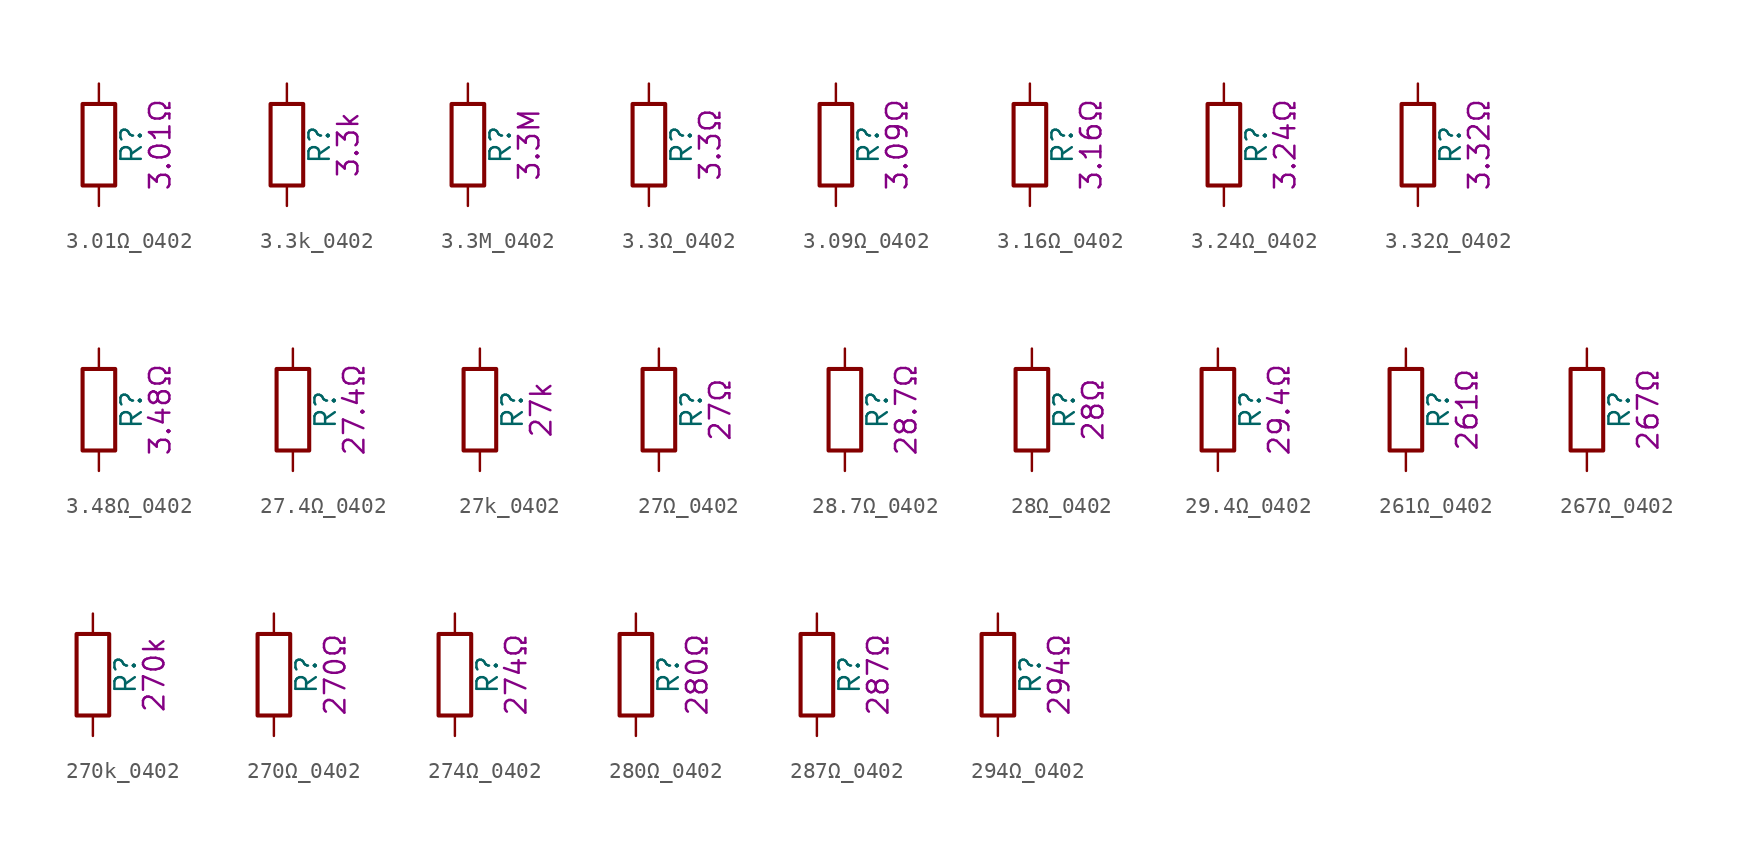
<source format=kicad_sym>
(kicad_symbol_lib
  (version 20211014)
  (generator kicad_symbol_editor)
  (symbol "3.01Ω_0402"
    (pin_numbers hide)
    (pin_names
      (offset 0))
    (property "Reference" "R"
      (at 2.032 0 90)
      (effects (font (size 1.27 1.27))))
    (property "Display" "3.01Ω"
      (at 3.81 0 90)
      (effects (font (size 1.27 1.27))))
    (symbol "3.01Ω_0402_0_1"
      (rectangle (start -1.016 -2.54) (end 1.016 2.54) (stroke (width 0.254) (type default) (color 0 0 0 0)) (fill (type none))))
    (symbol "3.01Ω_0402_1_1"
      (pin passive line (at 0 3.81 270) (length 1.27) (name "~" (effects (font (size 1.27 1.27)))) (number "1" (effects (font (size 1.27 1.27)))))
      (pin passive line (at 0 -3.81 90) (length 1.27) (name "~" (effects (font (size 1.27 1.27)))) (number "2" (effects (font (size 1.27 1.27)))))))
  (symbol "3.3k_0402"
    (pin_numbers hide)
    (pin_names
      (offset 0))
    (property "Reference" "R"
      (at 2.032 0 90)
      (effects (font (size 1.27 1.27))))
    (property "Display" "3.3k"
      (at 3.81 0 90)
      (effects (font (size 1.27 1.27))))
    (symbol "3.3k_0402_0_1"
      (rectangle (start -1.016 -2.54) (end 1.016 2.54) (stroke (width 0.254) (type default) (color 0 0 0 0)) (fill (type none))))
    (symbol "3.3k_0402_1_1"
      (pin passive line (at 0 3.81 270) (length 1.27) (name "~" (effects (font (size 1.27 1.27)))) (number "1" (effects (font (size 1.27 1.27)))))
      (pin passive line (at 0 -3.81 90) (length 1.27) (name "~" (effects (font (size 1.27 1.27)))) (number "2" (effects (font (size 1.27 1.27)))))))
  (symbol "3.3M_0402"
    (pin_numbers hide)
    (pin_names
      (offset 0))
    (property "Reference" "R"
      (at 2.032 0 90)
      (effects (font (size 1.27 1.27))))
    (property "Display" "3.3M"
      (at 3.81 0 90)
      (effects (font (size 1.27 1.27))))
    (symbol "3.3M_0402_0_1"
      (rectangle (start -1.016 -2.54) (end 1.016 2.54) (stroke (width 0.254) (type default) (color 0 0 0 0)) (fill (type none))))
    (symbol "3.3M_0402_1_1"
      (pin passive line (at 0 3.81 270) (length 1.27) (name "~" (effects (font (size 1.27 1.27)))) (number "1" (effects (font (size 1.27 1.27)))))
      (pin passive line (at 0 -3.81 90) (length 1.27) (name "~" (effects (font (size 1.27 1.27)))) (number "2" (effects (font (size 1.27 1.27)))))))
  (symbol "3.3Ω_0402"
    (pin_numbers hide)
    (pin_names
      (offset 0))
    (property "Reference" "R"
      (at 2.032 0 90)
      (effects (font (size 1.27 1.27))))
    (property "Display" "3.3Ω"
      (at 3.81 0 90)
      (effects (font (size 1.27 1.27))))
    (symbol "3.3Ω_0402_0_1"
      (rectangle (start -1.016 -2.54) (end 1.016 2.54) (stroke (width 0.254) (type default) (color 0 0 0 0)) (fill (type none))))
    (symbol "3.3Ω_0402_1_1"
      (pin passive line (at 0 3.81 270) (length 1.27) (name "~" (effects (font (size 1.27 1.27)))) (number "1" (effects (font (size 1.27 1.27)))))
      (pin passive line (at 0 -3.81 90) (length 1.27) (name "~" (effects (font (size 1.27 1.27)))) (number "2" (effects (font (size 1.27 1.27)))))))
  (symbol "3.09Ω_0402"
    (pin_numbers hide)
    (pin_names
      (offset 0))
    (property "Reference" "R"
      (at 2.032 0 90)
      (effects (font (size 1.27 1.27))))
    (property "Display" "3.09Ω"
      (at 3.81 0 90)
      (effects (font (size 1.27 1.27))))
    (symbol "3.09Ω_0402_0_1"
      (rectangle (start -1.016 -2.54) (end 1.016 2.54) (stroke (width 0.254) (type default) (color 0 0 0 0)) (fill (type none))))
    (symbol "3.09Ω_0402_1_1"
      (pin passive line (at 0 3.81 270) (length 1.27) (name "~" (effects (font (size 1.27 1.27)))) (number "1" (effects (font (size 1.27 1.27)))))
      (pin passive line (at 0 -3.81 90) (length 1.27) (name "~" (effects (font (size 1.27 1.27)))) (number "2" (effects (font (size 1.27 1.27)))))))
  (symbol "3.16Ω_0402"
    (pin_numbers hide)
    (pin_names
      (offset 0))
    (property "Reference" "R"
      (at 2.032 0 90)
      (effects (font (size 1.27 1.27))))
    (property "Display" "3.16Ω"
      (at 3.81 0 90)
      (effects (font (size 1.27 1.27))))
    (symbol "3.16Ω_0402_0_1"
      (rectangle (start -1.016 -2.54) (end 1.016 2.54) (stroke (width 0.254) (type default) (color 0 0 0 0)) (fill (type none))))
    (symbol "3.16Ω_0402_1_1"
      (pin passive line (at 0 3.81 270) (length 1.27) (name "~" (effects (font (size 1.27 1.27)))) (number "1" (effects (font (size 1.27 1.27)))))
      (pin passive line (at 0 -3.81 90) (length 1.27) (name "~" (effects (font (size 1.27 1.27)))) (number "2" (effects (font (size 1.27 1.27)))))))
  (symbol "3.24Ω_0402"
    (pin_numbers hide)
    (pin_names
      (offset 0))
    (property "Reference" "R"
      (at 2.032 0 90)
      (effects (font (size 1.27 1.27))))
    (property "Display" "3.24Ω"
      (at 3.81 0 90)
      (effects (font (size 1.27 1.27))))
    (symbol "3.24Ω_0402_0_1"
      (rectangle (start -1.016 -2.54) (end 1.016 2.54) (stroke (width 0.254) (type default) (color 0 0 0 0)) (fill (type none))))
    (symbol "3.24Ω_0402_1_1"
      (pin passive line (at 0 3.81 270) (length 1.27) (name "~" (effects (font (size 1.27 1.27)))) (number "1" (effects (font (size 1.27 1.27)))))
      (pin passive line (at 0 -3.81 90) (length 1.27) (name "~" (effects (font (size 1.27 1.27)))) (number "2" (effects (font (size 1.27 1.27)))))))
  (symbol "3.32Ω_0402"
    (pin_numbers hide)
    (pin_names
      (offset 0))
    (property "Reference" "R"
      (at 2.032 0 90)
      (effects (font (size 1.27 1.27))))
    (property "Display" "3.32Ω"
      (at 3.81 0 90)
      (effects (font (size 1.27 1.27))))
    (symbol "3.32Ω_0402_0_1"
      (rectangle (start -1.016 -2.54) (end 1.016 2.54) (stroke (width 0.254) (type default) (color 0 0 0 0)) (fill (type none))))
    (symbol "3.32Ω_0402_1_1"
      (pin passive line (at 0 3.81 270) (length 1.27) (name "~" (effects (font (size 1.27 1.27)))) (number "1" (effects (font (size 1.27 1.27)))))
      (pin passive line (at 0 -3.81 90) (length 1.27) (name "~" (effects (font (size 1.27 1.27)))) (number "2" (effects (font (size 1.27 1.27)))))))
  (symbol "3.48Ω_0402"
    (pin_numbers hide)
    (pin_names
      (offset 0))
    (property "Reference" "R"
      (at 2.032 0 90)
      (effects (font (size 1.27 1.27))))
    (property "Display" "3.48Ω"
      (at 3.81 0 90)
      (effects (font (size 1.27 1.27))))
    (symbol "3.48Ω_0402_0_1"
      (rectangle (start -1.016 -2.54) (end 1.016 2.54) (stroke (width 0.254) (type default) (color 0 0 0 0)) (fill (type none))))
    (symbol "3.48Ω_0402_1_1"
      (pin passive line (at 0 3.81 270) (length 1.27) (name "~" (effects (font (size 1.27 1.27)))) (number "1" (effects (font (size 1.27 1.27)))))
      (pin passive line (at 0 -3.81 90) (length 1.27) (name "~" (effects (font (size 1.27 1.27)))) (number "2" (effects (font (size 1.27 1.27)))))))
  (symbol "27.4Ω_0402"
    (pin_numbers hide)
    (pin_names
      (offset 0))
    (property "Reference" "R"
      (at 2.032 0 90)
      (effects (font (size 1.27 1.27))))
    (property "Display" "27.4Ω"
      (at 3.81 0 90)
      (effects (font (size 1.27 1.27))))
    (symbol "27.4Ω_0402_0_1"
      (rectangle (start -1.016 -2.54) (end 1.016 2.54) (stroke (width 0.254) (type default) (color 0 0 0 0)) (fill (type none))))
    (symbol "27.4Ω_0402_1_1"
      (pin passive line (at 0 3.81 270) (length 1.27) (name "~" (effects (font (size 1.27 1.27)))) (number "1" (effects (font (size 1.27 1.27)))))
      (pin passive line (at 0 -3.81 90) (length 1.27) (name "~" (effects (font (size 1.27 1.27)))) (number "2" (effects (font (size 1.27 1.27)))))))
  (symbol "27k_0402"
    (pin_numbers hide)
    (pin_names
      (offset 0))
    (property "Reference" "R"
      (at 2.032 0 90)
      (effects (font (size 1.27 1.27))))
    (property "Display" "27k"
      (at 3.81 0 90)
      (effects (font (size 1.27 1.27))))
    (symbol "27k_0402_0_1"
      (rectangle (start -1.016 -2.54) (end 1.016 2.54) (stroke (width 0.254) (type default) (color 0 0 0 0)) (fill (type none))))
    (symbol "27k_0402_1_1"
      (pin passive line (at 0 3.81 270) (length 1.27) (name "~" (effects (font (size 1.27 1.27)))) (number "1" (effects (font (size 1.27 1.27)))))
      (pin passive line (at 0 -3.81 90) (length 1.27) (name "~" (effects (font (size 1.27 1.27)))) (number "2" (effects (font (size 1.27 1.27)))))))
  (symbol "27Ω_0402"
    (pin_numbers hide)
    (pin_names
      (offset 0))
    (property "Reference" "R"
      (at 2.032 0 90)
      (effects (font (size 1.27 1.27))))
    (property "Display" "27Ω"
      (at 3.81 0 90)
      (effects (font (size 1.27 1.27))))
    (symbol "27Ω_0402_0_1"
      (rectangle (start -1.016 -2.54) (end 1.016 2.54) (stroke (width 0.254) (type default) (color 0 0 0 0)) (fill (type none))))
    (symbol "27Ω_0402_1_1"
      (pin passive line (at 0 3.81 270) (length 1.27) (name "~" (effects (font (size 1.27 1.27)))) (number "1" (effects (font (size 1.27 1.27)))))
      (pin passive line (at 0 -3.81 90) (length 1.27) (name "~" (effects (font (size 1.27 1.27)))) (number "2" (effects (font (size 1.27 1.27)))))))
  (symbol "28.7Ω_0402"
    (pin_numbers hide)
    (pin_names
      (offset 0))
    (property "Reference" "R"
      (at 2.032 0 90)
      (effects (font (size 1.27 1.27))))
    (property "Display" "28.7Ω"
      (at 3.81 0 90)
      (effects (font (size 1.27 1.27))))
    (symbol "28.7Ω_0402_0_1"
      (rectangle (start -1.016 -2.54) (end 1.016 2.54) (stroke (width 0.254) (type default) (color 0 0 0 0)) (fill (type none))))
    (symbol "28.7Ω_0402_1_1"
      (pin passive line (at 0 3.81 270) (length 1.27) (name "~" (effects (font (size 1.27 1.27)))) (number "1" (effects (font (size 1.27 1.27)))))
      (pin passive line (at 0 -3.81 90) (length 1.27) (name "~" (effects (font (size 1.27 1.27)))) (number "2" (effects (font (size 1.27 1.27)))))))
  (symbol "28Ω_0402"
    (pin_numbers hide)
    (pin_names
      (offset 0))
    (property "Reference" "R"
      (at 2.032 0 90)
      (effects (font (size 1.27 1.27))))
    (property "Display" "28Ω"
      (at 3.81 0 90)
      (effects (font (size 1.27 1.27))))
    (symbol "28Ω_0402_0_1"
      (rectangle (start -1.016 -2.54) (end 1.016 2.54) (stroke (width 0.254) (type default) (color 0 0 0 0)) (fill (type none))))
    (symbol "28Ω_0402_1_1"
      (pin passive line (at 0 3.81 270) (length 1.27) (name "~" (effects (font (size 1.27 1.27)))) (number "1" (effects (font (size 1.27 1.27)))))
      (pin passive line (at 0 -3.81 90) (length 1.27) (name "~" (effects (font (size 1.27 1.27)))) (number "2" (effects (font (size 1.27 1.27)))))))
  (symbol "29.4Ω_0402"
    (pin_numbers hide)
    (pin_names
      (offset 0))
    (property "Reference" "R"
      (at 2.032 0 90)
      (effects (font (size 1.27 1.27))))
    (property "Display" "29.4Ω"
      (at 3.81 0 90)
      (effects (font (size 1.27 1.27))))
    (symbol "29.4Ω_0402_0_1"
      (rectangle (start -1.016 -2.54) (end 1.016 2.54) (stroke (width 0.254) (type default) (color 0 0 0 0)) (fill (type none))))
    (symbol "29.4Ω_0402_1_1"
      (pin passive line (at 0 3.81 270) (length 1.27) (name "~" (effects (font (size 1.27 1.27)))) (number "1" (effects (font (size 1.27 1.27)))))
      (pin passive line (at 0 -3.81 90) (length 1.27) (name "~" (effects (font (size 1.27 1.27)))) (number "2" (effects (font (size 1.27 1.27)))))))
  (symbol "261Ω_0402"
    (pin_numbers hide)
    (pin_names
      (offset 0))
    (property "Reference" "R"
      (at 2.032 0 90)
      (effects (font (size 1.27 1.27))))
    (property "Display" "261Ω"
      (at 3.81 0 90)
      (effects (font (size 1.27 1.27))))
    (symbol "261Ω_0402_0_1"
      (rectangle (start -1.016 -2.54) (end 1.016 2.54) (stroke (width 0.254) (type default) (color 0 0 0 0)) (fill (type none))))
    (symbol "261Ω_0402_1_1"
      (pin passive line (at 0 3.81 270) (length 1.27) (name "~" (effects (font (size 1.27 1.27)))) (number "1" (effects (font (size 1.27 1.27)))))
      (pin passive line (at 0 -3.81 90) (length 1.27) (name "~" (effects (font (size 1.27 1.27)))) (number "2" (effects (font (size 1.27 1.27)))))))
  (symbol "267Ω_0402"
    (pin_numbers hide)
    (pin_names
      (offset 0))
    (property "Reference" "R"
      (at 2.032 0 90)
      (effects (font (size 1.27 1.27))))
    (property "Display" "267Ω"
      (at 3.81 0 90)
      (effects (font (size 1.27 1.27))))
    (symbol "267Ω_0402_0_1"
      (rectangle (start -1.016 -2.54) (end 1.016 2.54) (stroke (width 0.254) (type default) (color 0 0 0 0)) (fill (type none))))
    (symbol "267Ω_0402_1_1"
      (pin passive line (at 0 3.81 270) (length 1.27) (name "~" (effects (font (size 1.27 1.27)))) (number "1" (effects (font (size 1.27 1.27)))))
      (pin passive line (at 0 -3.81 90) (length 1.27) (name "~" (effects (font (size 1.27 1.27)))) (number "2" (effects (font (size 1.27 1.27)))))))
  (symbol "270k_0402"
    (pin_numbers hide)
    (pin_names
      (offset 0))
    (property "Reference" "R"
      (at 2.032 0 90)
      (effects (font (size 1.27 1.27))))
    (property "Display" "270k"
      (at 3.81 0 90)
      (effects (font (size 1.27 1.27))))
    (symbol "270k_0402_0_1"
      (rectangle (start -1.016 -2.54) (end 1.016 2.54) (stroke (width 0.254) (type default) (color 0 0 0 0)) (fill (type none))))
    (symbol "270k_0402_1_1"
      (pin passive line (at 0 3.81 270) (length 1.27) (name "~" (effects (font (size 1.27 1.27)))) (number "1" (effects (font (size 1.27 1.27)))))
      (pin passive line (at 0 -3.81 90) (length 1.27) (name "~" (effects (font (size 1.27 1.27)))) (number "2" (effects (font (size 1.27 1.27)))))))
  (symbol "270Ω_0402"
    (pin_numbers hide)
    (pin_names
      (offset 0))
    (property "Reference" "R"
      (at 2.032 0 90)
      (effects (font (size 1.27 1.27))))
    (property "Display" "270Ω"
      (at 3.81 0 90)
      (effects (font (size 1.27 1.27))))
    (symbol "270Ω_0402_0_1"
      (rectangle (start -1.016 -2.54) (end 1.016 2.54) (stroke (width 0.254) (type default) (color 0 0 0 0)) (fill (type none))))
    (symbol "270Ω_0402_1_1"
      (pin passive line (at 0 3.81 270) (length 1.27) (name "~" (effects (font (size 1.27 1.27)))) (number "1" (effects (font (size 1.27 1.27)))))
      (pin passive line (at 0 -3.81 90) (length 1.27) (name "~" (effects (font (size 1.27 1.27)))) (number "2" (effects (font (size 1.27 1.27)))))))
  (symbol "274Ω_0402"
    (pin_numbers hide)
    (pin_names
      (offset 0))
    (property "Reference" "R"
      (at 2.032 0 90)
      (effects (font (size 1.27 1.27))))
    (property "Display" "274Ω"
      (at 3.81 0 90)
      (effects (font (size 1.27 1.27))))
    (symbol "274Ω_0402_0_1"
      (rectangle (start -1.016 -2.54) (end 1.016 2.54) (stroke (width 0.254) (type default) (color 0 0 0 0)) (fill (type none))))
    (symbol "274Ω_0402_1_1"
      (pin passive line (at 0 3.81 270) (length 1.27) (name "~" (effects (font (size 1.27 1.27)))) (number "1" (effects (font (size 1.27 1.27)))))
      (pin passive line (at 0 -3.81 90) (length 1.27) (name "~" (effects (font (size 1.27 1.27)))) (number "2" (effects (font (size 1.27 1.27)))))))
  (symbol "280Ω_0402"
    (pin_numbers hide)
    (pin_names
      (offset 0))
    (property "Reference" "R"
      (at 2.032 0 90)
      (effects (font (size 1.27 1.27))))
    (property "Display" "280Ω"
      (at 3.81 0 90)
      (effects (font (size 1.27 1.27))))
    (symbol "280Ω_0402_0_1"
      (rectangle (start -1.016 -2.54) (end 1.016 2.54) (stroke (width 0.254) (type default) (color 0 0 0 0)) (fill (type none))))
    (symbol "280Ω_0402_1_1"
      (pin passive line (at 0 3.81 270) (length 1.27) (name "~" (effects (font (size 1.27 1.27)))) (number "1" (effects (font (size 1.27 1.27)))))
      (pin passive line (at 0 -3.81 90) (length 1.27) (name "~" (effects (font (size 1.27 1.27)))) (number "2" (effects (font (size 1.27 1.27)))))))
  (symbol "287Ω_0402"
    (pin_numbers hide)
    (pin_names
      (offset 0))
    (property "Reference" "R"
      (at 2.032 0 90)
      (effects (font (size 1.27 1.27))))
    (property "Display" "287Ω"
      (at 3.81 0 90)
      (effects (font (size 1.27 1.27))))
    (symbol "287Ω_0402_0_1"
      (rectangle (start -1.016 -2.54) (end 1.016 2.54) (stroke (width 0.254) (type default) (color 0 0 0 0)) (fill (type none))))
    (symbol "287Ω_0402_1_1"
      (pin passive line (at 0 3.81 270) (length 1.27) (name "~" (effects (font (size 1.27 1.27)))) (number "1" (effects (font (size 1.27 1.27)))))
      (pin passive line (at 0 -3.81 90) (length 1.27) (name "~" (effects (font (size 1.27 1.27)))) (number "2" (effects (font (size 1.27 1.27)))))))
  (symbol "294Ω_0402"
    (pin_numbers hide)
    (pin_names
      (offset 0))
    (property "Reference" "R"
      (at 2.032 0 90)
      (effects (font (size 1.27 1.27))))
    (property "Display" "294Ω"
      (at 3.81 0 90)
      (effects (font (size 1.27 1.27))))
    (symbol "294Ω_0402_0_1"
      (rectangle (start -1.016 -2.54) (end 1.016 2.54) (stroke (width 0.254) (type default) (color 0 0 0 0)) (fill (type none))))
    (symbol "294Ω_0402_1_1"
      (pin passive line (at 0 3.81 270) (length 1.27) (name "~" (effects (font (size 1.27 1.27)))) (number "1" (effects (font (size 1.27 1.27)))))
      (pin passive line (at 0 -3.81 90) (length 1.27) (name "~" (effects (font (size 1.27 1.27)))) (number "2" (effects (font (size 1.27 1.27))))))))
</source>
